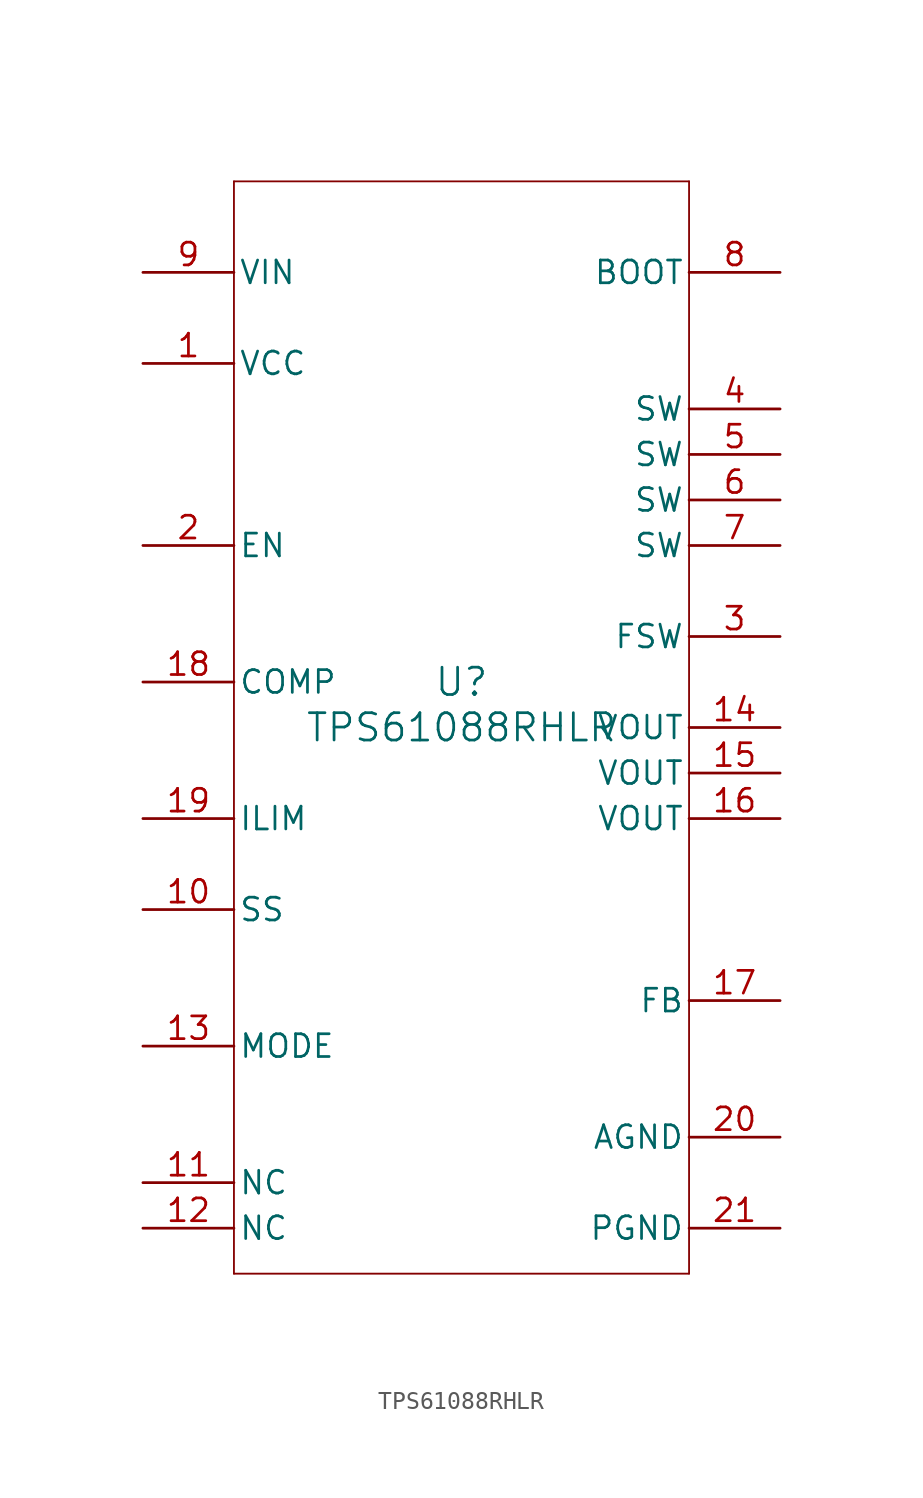
<source format=kicad_sym>
(kicad_symbol_lib
  (version 20241209)
  (generator "kicad_symbol_editor")
  (generator_version "9.0")
  (symbol "TPS61088RHLR"
    (pin_names
      (offset 0.254))
    (property "Reference" "U"
      (at 0 2.54 0)
      (effects (font (size 1.524 1.524))))
    (property "Value" "TPS61088RHLR"
      (at 0 0 0)
      (effects (font (size 1.524 1.524))))
    (symbol "TPS61088RHLR_0_1"
      (polyline (pts (xy -12.7 30.48) (xy -12.7 -30.48)) (stroke (width 0.102) (type default)) (fill (type none)))
      (polyline (pts (xy -12.7 -30.48) (xy 12.7 -30.48)) (stroke (width 0.102) (type default)) (fill (type none)))
      (polyline (pts (xy 12.7 30.48) (xy -12.7 30.48)) (stroke (width 0.102) (type default)) (fill (type none)))
      (polyline (pts (xy 12.7 -30.48) (xy 12.7 30.48)) (stroke (width 0.102) (type default)) (fill (type none)))
      (pin power_in line (at -17.78 25.4 0) (length 5.08) (name "VIN" (effects (font (size 1.27 1.27)))) (number "9" (effects (font (size 1.27 1.27)))))
      (pin power_in line (at -17.78 20.32 0) (length 5.08) (name "VCC" (effects (font (size 1.27 1.27)))) (number "1" (effects (font (size 1.27 1.27)))))
      (pin input line (at -17.78 10.16 0) (length 5.08) (name "EN" (effects (font (size 1.27 1.27)))) (number "2" (effects (font (size 1.27 1.27)))))
      (pin output line (at -17.78 2.54 0) (length 5.08) (name "COMP" (effects (font (size 1.27 1.27)))) (number "18" (effects (font (size 1.27 1.27)))))
      (pin input line (at -17.78 -5.08 0) (length 5.08) (name "ILIM" (effects (font (size 1.27 1.27)))) (number "19" (effects (font (size 1.27 1.27)))))
      (pin input line (at -17.78 -10.16 0) (length 5.08) (name "SS" (effects (font (size 1.27 1.27)))) (number "10" (effects (font (size 1.27 1.27)))))
      (pin input line (at -17.78 -17.78 0) (length 5.08) (name "MODE" (effects (font (size 1.27 1.27)))) (number "13" (effects (font (size 1.27 1.27)))))
      (pin unspecified line (at -17.78 -25.4 0) (length 5.08) (name "NC" (effects (font (size 1.27 1.27)))) (number "11" (effects (font (size 1.27 1.27)))))
      (pin unspecified line (at -17.78 -27.94 0) (length 5.08) (name "NC" (effects (font (size 1.27 1.27)))) (number "12" (effects (font (size 1.27 1.27)))))
      (pin power_in line (at 17.78 25.4 180) (length 5.08) (name "BOOT" (effects (font (size 1.27 1.27)))) (number "8" (effects (font (size 1.27 1.27)))))
      (pin power_in line (at 17.78 17.78 180) (length 5.08) (name "SW" (effects (font (size 1.27 1.27)))) (number "4" (effects (font (size 1.27 1.27)))))
      (pin power_in line (at 17.78 15.24 180) (length 5.08) (name "SW" (effects (font (size 1.27 1.27)))) (number "5" (effects (font (size 1.27 1.27)))))
      (pin power_in line (at 17.78 12.7 180) (length 5.08) (name "SW" (effects (font (size 1.27 1.27)))) (number "6" (effects (font (size 1.27 1.27)))))
      (pin power_in line (at 17.78 10.16 180) (length 5.08) (name "SW" (effects (font (size 1.27 1.27)))) (number "7" (effects (font (size 1.27 1.27)))))
      (pin input line (at 17.78 5.08 180) (length 5.08) (name "FSW" (effects (font (size 1.27 1.27)))) (number "3" (effects (font (size 1.27 1.27)))))
      (pin power_in line (at 17.78 0 180) (length 5.08) (name "VOUT" (effects (font (size 1.27 1.27)))) (number "14" (effects (font (size 1.27 1.27)))))
      (pin power_in line (at 17.78 -2.54 180) (length 5.08) (name "VOUT" (effects (font (size 1.27 1.27)))) (number "15" (effects (font (size 1.27 1.27)))))
      (pin power_in line (at 17.78 -5.08 180) (length 5.08) (name "VOUT" (effects (font (size 1.27 1.27)))) (number "16" (effects (font (size 1.27 1.27)))))
      (pin input line (at 17.78 -15.24 180) (length 5.08) (name "FB" (effects (font (size 1.27 1.27)))) (number "17" (effects (font (size 1.27 1.27)))))
      (pin power_in line (at 17.78 -22.86 180) (length 5.08) (name "AGND" (effects (font (size 1.27 1.27)))) (number "20" (effects (font (size 1.27 1.27)))))
      (pin power_in line (at 17.78 -27.94 180) (length 5.08) (name "PGND" (effects (font (size 1.27 1.27)))) (number "21" (effects (font (size 1.27 1.27))))))))
</source>
